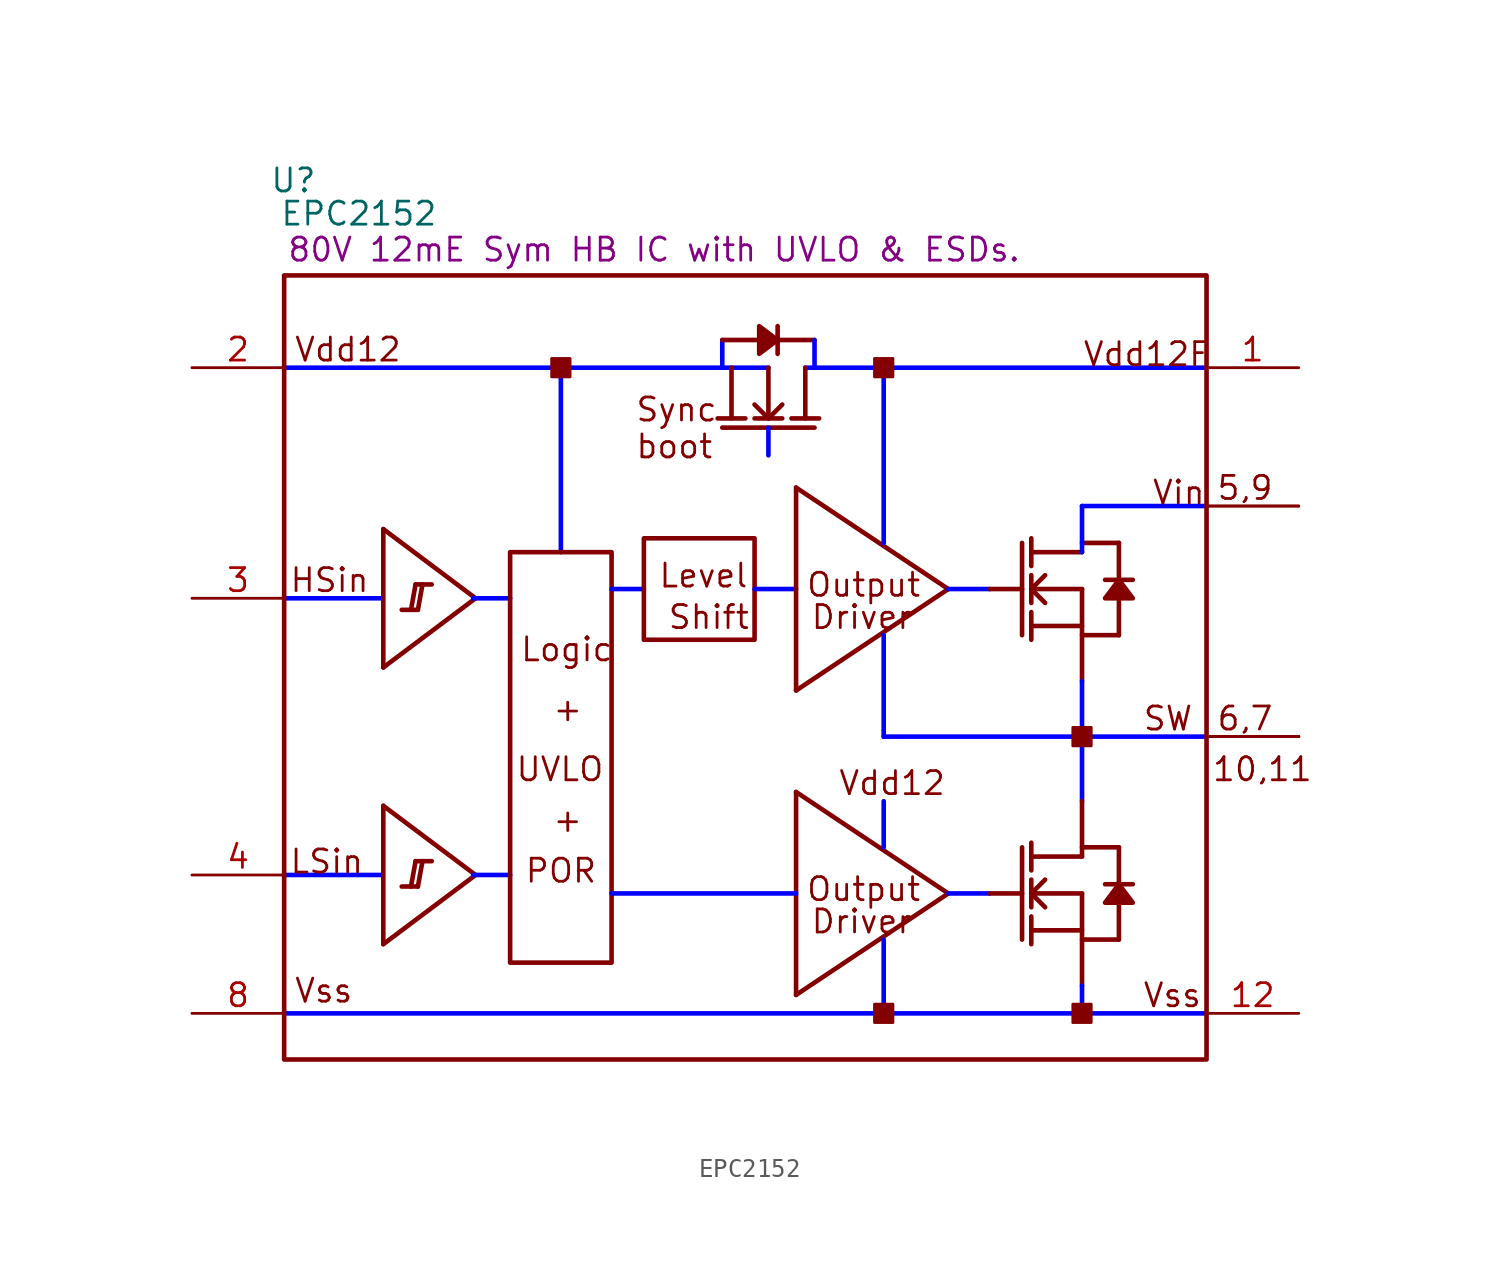
<source format=kicad_sym>
(kicad_symbol_lib
  (version 20220914)
  (generator kicad_symbol_editor)
  (symbol "EPC2152"
    (property "Reference" "U"
      (at 0.508 48.412 0)
      (effects (font (size 1.27 1.27))))
    (property "Value" "EPC2152"
      (at 4.115 46.584 0)
      (effects (font (size 1.27 1.27))))
    (property "Description" "80V 12mE Sym HB IC with UVLO & ESDs."
      (at 20.371 44.602 0)
      (effects (font (size 1.27 1.27))))
    (symbol "EPC2152_1_0"
      (polyline (pts (xy 0 2.54) (xy 50.8 2.54)) (stroke (width 0.254) (type solid) (color 0 0 255 1)) (fill (type none)))
      (polyline (pts (xy 0 10.16) (xy 5.334 10.16)) (stroke (width 0.254) (type solid) (color 0 0 255 1)) (fill (type none)))
      (polyline (pts (xy 0 25.4) (xy 5.334 25.4)) (stroke (width 0.254) (type solid) (color 0 0 255 1)) (fill (type none)))
      (polyline (pts (xy 0 38.1) (xy 26.67 38.1)) (stroke (width 0.254) (type solid) (color 0 0 255 1)) (fill (type none)))
      (polyline (pts (xy 5.461 6.35) (xy 10.541 10.16)) (stroke (width 0.254) (type solid)) (fill (type none)))
      (polyline (pts (xy 5.461 13.97) (xy 5.461 6.35)) (stroke (width 0.254) (type solid)) (fill (type none)))
      (polyline (pts (xy 5.461 13.97) (xy 10.541 10.16)) (stroke (width 0.254) (type solid)) (fill (type none)))
      (polyline (pts (xy 5.461 21.59) (xy 10.541 25.4)) (stroke (width 0.254) (type solid)) (fill (type none)))
      (polyline (pts (xy 5.461 29.21) (xy 5.461 21.59)) (stroke (width 0.254) (type solid)) (fill (type none)))
      (polyline (pts (xy 5.461 29.21) (xy 10.541 25.4)) (stroke (width 0.254) (type solid)) (fill (type none)))
      (polyline (pts (xy 6.985 9.525) (xy 7.239 10.922)) (stroke (width 0.254) (type solid)) (fill (type none)))
      (polyline (pts (xy 6.985 24.765) (xy 7.239 26.162)) (stroke (width 0.254) (type solid)) (fill (type none)))
      (polyline (pts (xy 7.366 9.525) (xy 6.477 9.525)) (stroke (width 0.254) (type solid)) (fill (type none)))
      (polyline (pts (xy 7.366 9.525) (xy 7.62 10.922)) (stroke (width 0.254) (type solid)) (fill (type none)))
      (polyline (pts (xy 7.366 24.765) (xy 6.477 24.765)) (stroke (width 0.254) (type solid)) (fill (type none)))
      (polyline (pts (xy 7.366 24.765) (xy 7.62 26.162)) (stroke (width 0.254) (type solid)) (fill (type none)))
      (polyline (pts (xy 8.128 10.922) (xy 7.239 10.922)) (stroke (width 0.254) (type solid)) (fill (type none)))
      (polyline (pts (xy 8.128 26.162) (xy 7.239 26.162)) (stroke (width 0.254) (type solid)) (fill (type none)))
      (polyline (pts (xy 10.414 10.16) (xy 12.446 10.16)) (stroke (width 0.254) (type solid) (color 0 0 255 1)) (fill (type none)))
      (polyline (pts (xy 10.414 25.4) (xy 12.446 25.4)) (stroke (width 0.254) (type solid) (color 0 0 255 1)) (fill (type none)))
      (polyline (pts (xy 15.24 27.94) (xy 15.24 38.1)) (stroke (width 0.254) (type solid) (color 0 0 255 1)) (fill (type none)))
      (polyline (pts (xy 18.034 25.908) (xy 19.812 25.908)) (stroke (width 0.254) (type solid) (color 0 0 255 1)) (fill (type none)))
      (polyline (pts (xy 24.13 34.798) (xy 29.21 34.798)) (stroke (width 0.254) (type solid)) (fill (type none)))
      (polyline (pts (xy 24.13 39.624) (xy 24.13 38.1)) (stroke (width 0.254) (type solid) (color 0 0 255 1)) (fill (type none)))
      (polyline (pts (xy 24.13 39.624) (xy 26.162 39.624)) (stroke (width 0.254) (type solid)) (fill (type none)))
      (polyline (pts (xy 24.638 38.1) (xy 24.638 35.306)) (stroke (width 0.254) (type solid)) (fill (type none)))
      (polyline (pts (xy 25.4 35.306) (xy 23.876 35.306)) (stroke (width 0.254) (type solid)) (fill (type none)))
      (polyline (pts (xy 25.908 25.908) (xy 28.194 25.908)) (stroke (width 0.254) (type solid) (color 0 0 255 1)) (fill (type none)))
      (polyline (pts (xy 26.67 34.798) (xy 26.67 33.274)) (stroke (width 0.254) (type solid) (color 0 0 255 1)) (fill (type none)))
      (polyline (pts (xy 26.67 35.306) (xy 25.908 36.068)) (stroke (width 0.254) (type solid)) (fill (type none)))
      (polyline (pts (xy 26.67 35.306) (xy 26.67 38.1)) (stroke (width 0.254) (type solid)) (fill (type none)))
      (polyline (pts (xy 27.178 38.862) (xy 27.178 40.386)) (stroke (width 0.254) (type solid)) (fill (type none)))
      (polyline (pts (xy 27.178 39.624) (xy 29.21 39.624)) (stroke (width 0.254) (type solid)) (fill (type none)))
      (polyline (pts (xy 27.432 35.306) (xy 25.908 35.306)) (stroke (width 0.254) (type solid)) (fill (type none)))
      (polyline (pts (xy 27.432 36.068) (xy 26.67 35.306)) (stroke (width 0.254) (type solid)) (fill (type none)))
      (polyline (pts (xy 28.194 3.556) (xy 36.576 9.144)) (stroke (width 0.254) (type solid)) (fill (type none)))
      (polyline (pts (xy 28.194 9.144) (xy 18.034 9.144)) (stroke (width 0.254) (type solid) (color 0 0 255 1)) (fill (type none)))
      (polyline (pts (xy 28.194 14.732) (xy 28.194 3.556)) (stroke (width 0.254) (type solid)) (fill (type none)))
      (polyline (pts (xy 28.194 14.732) (xy 36.576 9.144)) (stroke (width 0.254) (type solid)) (fill (type none)))
      (polyline (pts (xy 28.194 20.32) (xy 36.576 25.908)) (stroke (width 0.254) (type solid)) (fill (type none)))
      (polyline (pts (xy 28.194 31.496) (xy 28.194 20.32)) (stroke (width 0.254) (type solid)) (fill (type none)))
      (polyline (pts (xy 28.194 31.496) (xy 36.576 25.908)) (stroke (width 0.254) (type solid)) (fill (type none)))
      (polyline (pts (xy 28.702 35.306) (xy 28.702 38.1)) (stroke (width 0.254) (type solid)) (fill (type none)))
      (polyline (pts (xy 28.702 38.1) (xy 50.8 38.1)) (stroke (width 0.254) (type solid) (color 0 0 255 1)) (fill (type none)))
      (polyline (pts (xy 29.21 39.624) (xy 29.21 38.1)) (stroke (width 0.254) (type solid) (color 0 0 255 1)) (fill (type none)))
      (polyline (pts (xy 29.464 35.306) (xy 27.94 35.306)) (stroke (width 0.254) (type solid)) (fill (type none)))
      (polyline (pts (xy 33.02 2.54) (xy 33.02 6.604)) (stroke (width 0.254) (type solid) (color 0 0 255 1)) (fill (type none)))
      (polyline (pts (xy 33.02 11.684) (xy 33.02 14.224)) (stroke (width 0.254) (type solid) (color 0 0 255 1)) (fill (type none)))
      (polyline (pts (xy 33.02 17.78) (xy 33.02 23.368)) (stroke (width 0.254) (type solid) (color 0 0 255 1)) (fill (type none)))
      (polyline (pts (xy 33.02 28.448) (xy 33.02 38.1)) (stroke (width 0.254) (type solid) (color 0 0 255 1)) (fill (type none)))
      (polyline (pts (xy 36.576 9.144) (xy 38.862 9.144)) (stroke (width 0.254) (type solid) (color 0 0 255 1)) (fill (type none)))
      (polyline (pts (xy 36.576 25.908) (xy 38.862 25.908)) (stroke (width 0.254) (type solid) (color 0 0 255 1)) (fill (type none)))
      (polyline (pts (xy 38.862 9.144) (xy 40.64 9.144)) (stroke (width 0.254) (type solid)) (fill (type none)))
      (polyline (pts (xy 38.862 25.908) (xy 40.64 25.908)) (stroke (width 0.254) (type solid)) (fill (type none)))
      (polyline (pts (xy 40.64 11.684) (xy 40.64 6.604)) (stroke (width 0.254) (type solid)) (fill (type none)))
      (polyline (pts (xy 40.64 28.448) (xy 40.64 23.368)) (stroke (width 0.254) (type solid)) (fill (type none)))
      (polyline (pts (xy 41.148 6.35) (xy 41.148 7.874)) (stroke (width 0.254) (type solid)) (fill (type none)))
      (polyline (pts (xy 41.148 7.112) (xy 43.942 7.112)) (stroke (width 0.254) (type solid)) (fill (type none)))
      (polyline (pts (xy 41.148 8.382) (xy 41.148 9.906)) (stroke (width 0.254) (type solid)) (fill (type none)))
      (polyline (pts (xy 41.148 9.144) (xy 41.91 9.906)) (stroke (width 0.254) (type solid)) (fill (type none)))
      (polyline (pts (xy 41.148 9.144) (xy 43.942 9.144)) (stroke (width 0.254) (type solid)) (fill (type none)))
      (polyline (pts (xy 41.148 10.414) (xy 41.148 11.938)) (stroke (width 0.254) (type solid)) (fill (type none)))
      (polyline (pts (xy 41.148 23.114) (xy 41.148 24.638)) (stroke (width 0.254) (type solid)) (fill (type none)))
      (polyline (pts (xy 41.148 23.876) (xy 43.942 23.876)) (stroke (width 0.254) (type solid)) (fill (type none)))
      (polyline (pts (xy 41.148 25.146) (xy 41.148 26.67)) (stroke (width 0.254) (type solid)) (fill (type none)))
      (polyline (pts (xy 41.148 25.908) (xy 41.91 26.67)) (stroke (width 0.254) (type solid)) (fill (type none)))
      (polyline (pts (xy 41.148 25.908) (xy 43.942 25.908)) (stroke (width 0.254) (type solid)) (fill (type none)))
      (polyline (pts (xy 41.148 27.178) (xy 41.148 28.702)) (stroke (width 0.254) (type solid)) (fill (type none)))
      (polyline (pts (xy 41.91 8.382) (xy 41.148 9.144)) (stroke (width 0.254) (type solid)) (fill (type none)))
      (polyline (pts (xy 41.91 25.146) (xy 41.148 25.908)) (stroke (width 0.254) (type solid)) (fill (type none)))
      (polyline (pts (xy 43.942 2.54) (xy 43.942 4.064)) (stroke (width 0.254) (type solid) (color 0 0 255 1)) (fill (type none)))
      (polyline (pts (xy 43.942 6.604) (xy 45.974 6.604)) (stroke (width 0.254) (type solid)) (fill (type none)))
      (polyline (pts (xy 43.942 9.144) (xy 43.942 4.064)) (stroke (width 0.254) (type solid)) (fill (type none)))
      (polyline (pts (xy 43.942 11.176) (xy 41.148 11.176)) (stroke (width 0.254) (type solid)) (fill (type none)))
      (polyline (pts (xy 43.942 11.176) (xy 43.942 14.224)) (stroke (width 0.254) (type solid)) (fill (type none)))
      (polyline (pts (xy 43.942 11.684) (xy 45.974 11.684)) (stroke (width 0.254) (type solid)) (fill (type none)))
      (polyline (pts (xy 43.942 14.224) (xy 43.942 20.828)) (stroke (width 0.254) (type solid) (color 0 0 255 1)) (fill (type none)))
      (polyline (pts (xy 43.942 17.78) (xy 33.02 17.78)) (stroke (width 0.254) (type solid) (color 0 0 255 1)) (fill (type none)))
      (polyline (pts (xy 43.942 17.78) (xy 50.8 17.78)) (stroke (width 0.254) (type solid) (color 0 0 255 1)) (fill (type none)))
      (polyline (pts (xy 43.942 23.368) (xy 45.974 23.368)) (stroke (width 0.254) (type solid)) (fill (type none)))
      (polyline (pts (xy 43.942 25.908) (xy 43.942 20.828)) (stroke (width 0.254) (type solid)) (fill (type none)))
      (polyline (pts (xy 43.942 27.94) (xy 41.148 27.94)) (stroke (width 0.254) (type solid)) (fill (type none)))
      (polyline (pts (xy 43.942 27.94) (xy 43.942 30.48)) (stroke (width 0.254) (type solid) (color 0 0 255 1)) (fill (type none)))
      (polyline (pts (xy 43.942 28.448) (xy 45.974 28.448)) (stroke (width 0.254) (type solid)) (fill (type none)))
      (polyline (pts (xy 43.942 30.48) (xy 50.8 30.48)) (stroke (width 0.254) (type solid) (color 0 0 255 1)) (fill (type none)))
      (polyline (pts (xy 45.974 8.636) (xy 45.974 6.604)) (stroke (width 0.254) (type solid)) (fill (type none)))
      (polyline (pts (xy 45.974 11.684) (xy 45.974 9.652)) (stroke (width 0.254) (type solid)) (fill (type none)))
      (polyline (pts (xy 45.974 25.4) (xy 45.974 23.368)) (stroke (width 0.254) (type solid)) (fill (type none)))
      (polyline (pts (xy 45.974 28.448) (xy 45.974 26.416)) (stroke (width 0.254) (type solid)) (fill (type none)))
      (polyline (pts (xy 46.736 9.652) (xy 45.212 9.652)) (stroke (width 0.254) (type solid)) (fill (type none)))
      (polyline (pts (xy 46.736 26.416) (xy 45.212 26.416)) (stroke (width 0.254) (type solid)) (fill (type none)))
      (polyline (pts (xy 27.178 39.624) (xy 26.162 40.386) (xy 26.162 38.862) (xy 27.178 39.624)) (stroke (width 0.254) (type solid)) (fill (type outline)))
      (polyline (pts (xy 45.974 9.652) (xy 45.212 8.636) (xy 46.736 8.636) (xy 45.974 9.652)) (stroke (width 0.254) (type solid)) (fill (type outline)))
      (polyline (pts (xy 45.974 26.416) (xy 45.212 25.4) (xy 46.736 25.4) (xy 45.974 26.416)) (stroke (width 0.254) (type solid)) (fill (type outline)))
      (rectangle (start 15.748 38.608) (end 14.732 37.592) (stroke (width 0) (type solid)) (fill (type outline)))
      (rectangle (start 18.034 27.94) (end 12.446 5.334) (stroke (width 0.254) (type solid)) (fill (type none)))
      (rectangle (start 25.908 28.702) (end 19.812 23.114) (stroke (width 0.254) (type solid)) (fill (type none)))
      (rectangle (start 33.528 3.048) (end 32.512 2.032) (stroke (width 0) (type solid)) (fill (type outline)))
      (rectangle (start 33.528 38.608) (end 32.512 37.592) (stroke (width 0) (type solid)) (fill (type outline)))
      (rectangle (start 44.45 3.048) (end 43.434 2.032) (stroke (width 0) (type solid)) (fill (type outline)))
      (rectangle (start 44.45 18.288) (end 43.434 17.272) (stroke (width 0) (type solid)) (fill (type outline)))
      (rectangle (start 50.8 43.18) (end 0 0) (stroke (width 0.254) (type solid)) (fill (type none)))
      (text "+" (at 14.732 12.446 0) (effects (font (size 1.27 1.27)) (justify left bottom)))
      (text "+" (at 14.732 18.542 0) (effects (font (size 1.27 1.27)) (justify left bottom)))
      (text "10,11" (at 51.054 15.24 0) (effects (font (size 1.27 1.27)) (justify left bottom)))
      (text "5,9" (at 51.308 30.734 0) (effects (font (size 1.27 1.27)) (justify left bottom)))
      (text "6,7" (at 51.308 18.034 0) (effects (font (size 1.27 1.27)) (justify left bottom)))
      (text "boot" (at 19.304 33.02 0) (effects (font (size 1.27 1.27)) (justify left bottom)))
      (text "Driver" (at 28.956 6.858 0) (effects (font (size 1.27 1.27)) (justify left bottom)))
      (text "Driver" (at 28.956 23.622 0) (effects (font (size 1.27 1.27)) (justify left bottom)))
      (text "HSin" (at 0.254 25.654 0) (effects (font (size 1.27 1.27)) (justify left bottom)))
      (text "Level" (at 20.574 25.908 0) (effects (font (size 1.27 1.27)) (justify left bottom)))
      (text "Logic" (at 12.954 21.844 0) (effects (font (size 1.27 1.27)) (justify left bottom)))
      (text "LSin" (at 0.254 10.16 0) (effects (font (size 1.27 1.27)) (justify left bottom)))
      (text "Output" (at 28.702 8.636 0) (effects (font (size 1.27 1.27)) (justify left bottom)))
      (text "Output" (at 28.702 25.4 0) (effects (font (size 1.27 1.27)) (justify left bottom)))
      (text "POR" (at 13.208 9.652 0) (effects (font (size 1.27 1.27)) (justify left bottom)))
      (text "Shift" (at 21.082 23.622 0) (effects (font (size 1.27 1.27)) (justify left bottom)))
      (text "SW" (at 47.244 18.034 0) (effects (font (size 1.27 1.27)) (justify left bottom)))
      (text "Sync" (at 19.304 35.052 0) (effects (font (size 1.27 1.27)) (justify left bottom)))
      (text "UVLO" (at 12.7 15.24 0) (effects (font (size 1.27 1.27)) (justify left bottom)))
      (text "Vdd12" (at 0.508 38.354 0) (effects (font (size 1.27 1.27)) (justify left bottom)))
      (text "Vdd12" (at 30.48 14.478 0) (effects (font (size 1.27 1.27)) (justify left bottom)))
      (text "Vdd12F" (at 43.942 38.1 0) (effects (font (size 1.27 1.27)) (justify left bottom)))
      (text "Vin" (at 47.752 30.48 0) (effects (font (size 1.27 1.27)) (justify left bottom)))
      (text "Vss" (at 0.508 3.048 0) (effects (font (size 1.27 1.27)) (justify left bottom)))
      (text "Vss" (at 47.244 2.794 0) (effects (font (size 1.27 1.27)) (justify left bottom)))
      (pin passive line (at 55.88 38.1 180) (length 5.08) (name "Vdd12F" (effects (font (size 0 0)))) (number "1" (effects (font (size 1.27 1.27)))))
      (pin passive line (at 55.88 17.78 180) (length 5.08) (name "SW" (effects (font (size 0 0)))) (number "10" (effects (font (size 0 0)))))
      (pin passive line (at 55.88 17.78 180) (length 5.08) (name "SW" (effects (font (size 0 0)))) (number "11" (effects (font (size 0 0)))))
      (pin passive line (at 55.88 2.54 180) (length 5.08) (name "Vss" (effects (font (size 0 0)))) (number "12" (effects (font (size 1.27 1.27)))))
      (pin passive line (at -5.08 38.1 0) (length 5.08) (name "Vdd12" (effects (font (size 0 0)))) (number "2" (effects (font (size 1.27 1.27)))))
      (pin passive line (at -5.08 25.4 0) (length 5.08) (name "HSin" (effects (font (size 0 0)))) (number "3" (effects (font (size 1.27 1.27)))))
      (pin passive line (at -5.08 10.16 0) (length 5.08) (name "LSin" (effects (font (size 0 0)))) (number "4" (effects (font (size 1.27 1.27)))))
      (pin passive line (at 55.88 30.48 180) (length 5.08) (name "Vin" (effects (font (size 0 0)))) (number "5" (effects (font (size 0 0)))))
      (pin passive line (at 55.88 17.78 180) (length 5.08) (name "SW" (effects (font (size 0 0)))) (number "6" (effects (font (size 0 0)))))
      (pin passive line (at 55.88 17.78 180) (length 5.08) (name "SW" (effects (font (size 0 0)))) (number "7" (effects (font (size 0 0)))))
      (pin passive line (at -5.08 2.54 0) (length 5.08) (name "Vss" (effects (font (size 0 0)))) (number "8" (effects (font (size 1.27 1.27)))))
      (pin passive line (at 55.88 30.48 180) (length 5.08) (name "Vin" (effects (font (size 0 0)))) (number "9" (effects (font (size 0 0))))))))
</source>
